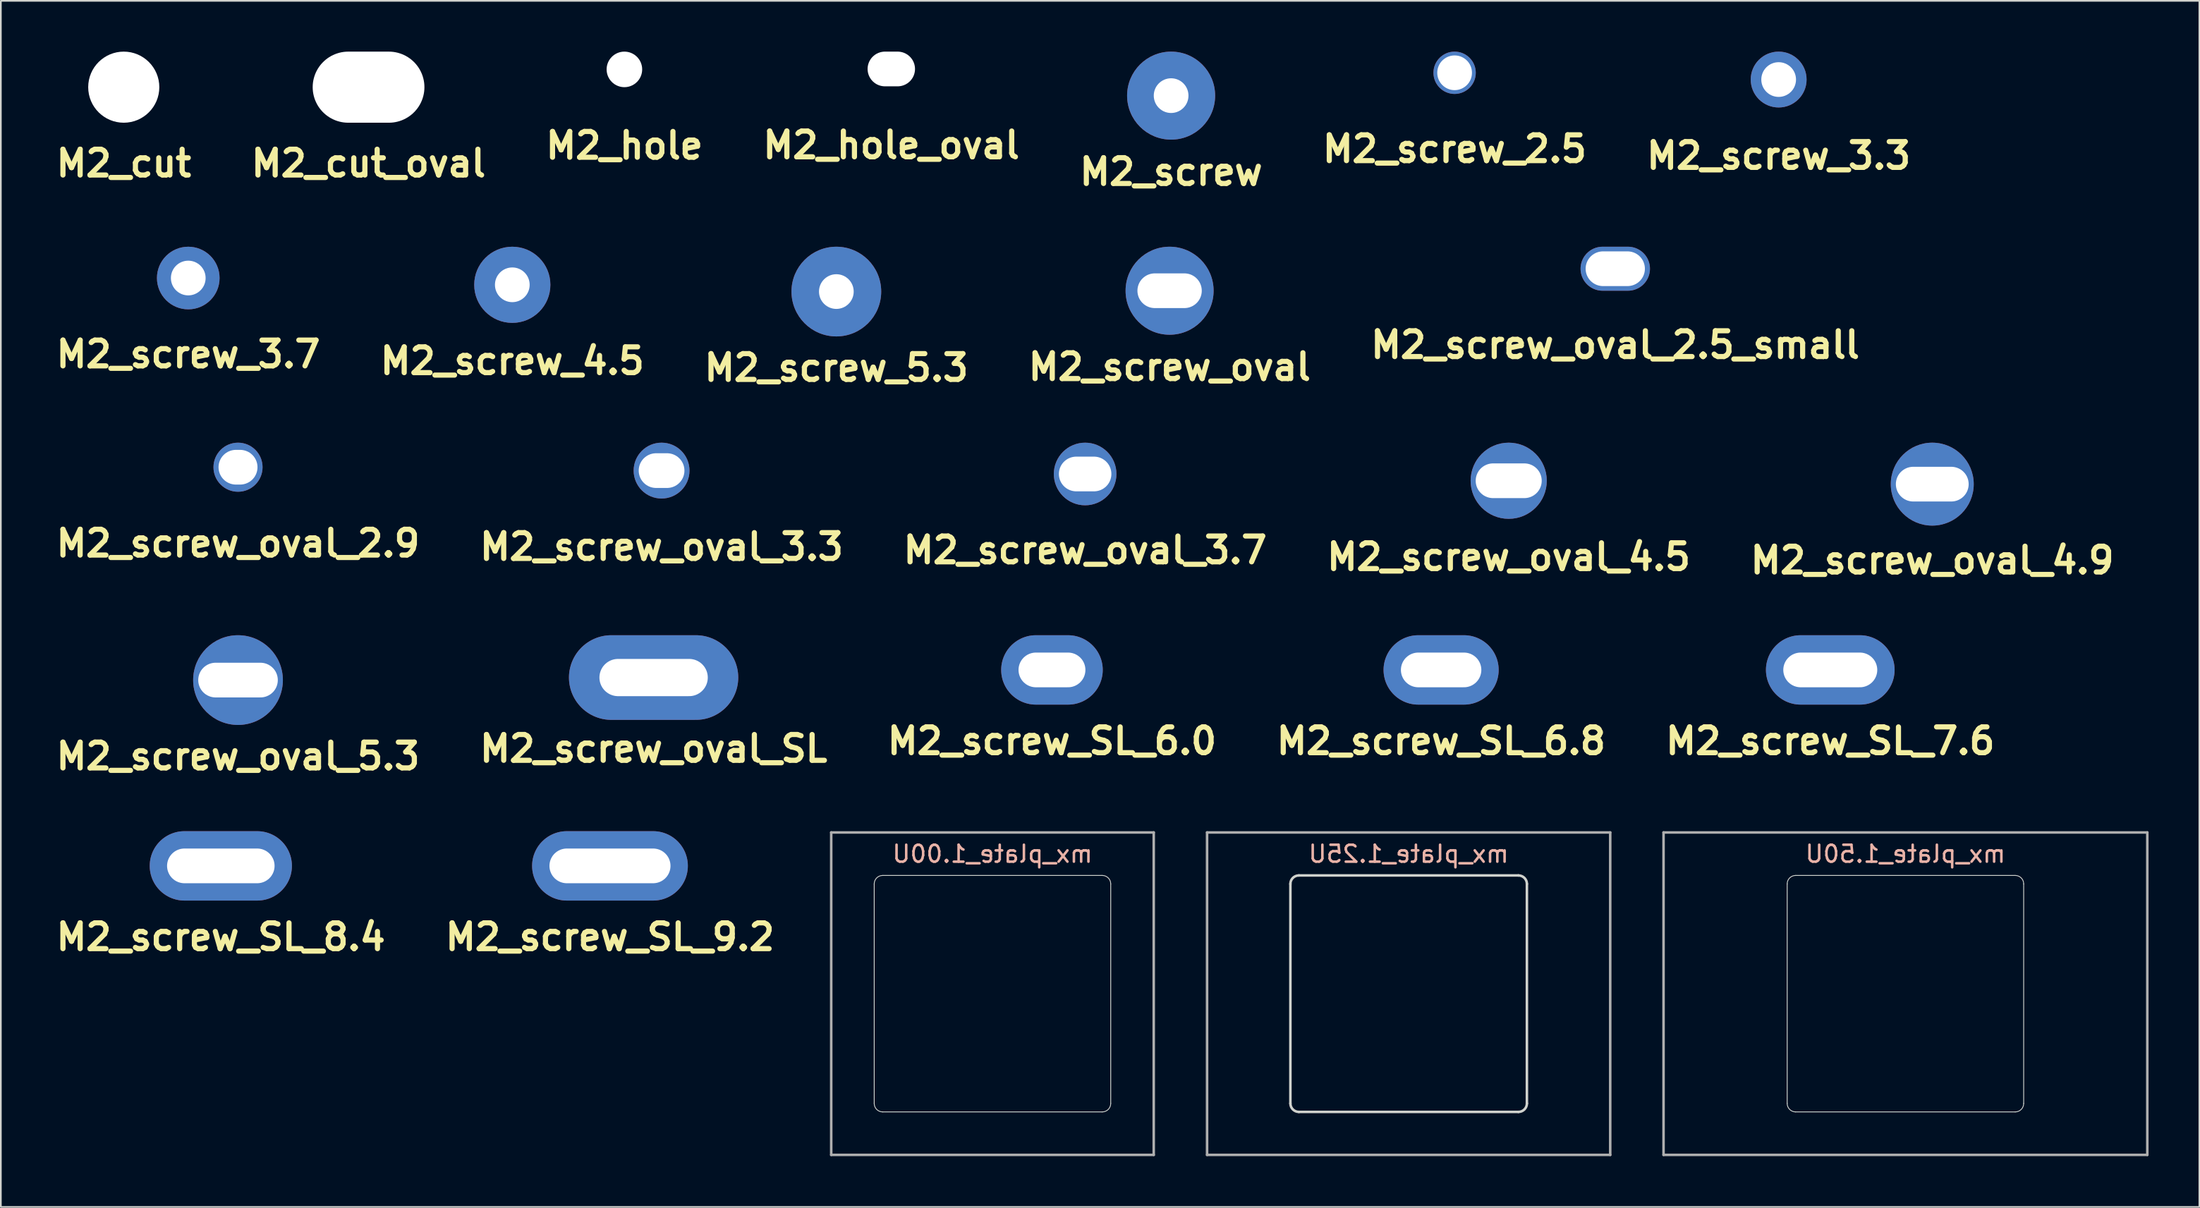
<source format=kicad_pcb>
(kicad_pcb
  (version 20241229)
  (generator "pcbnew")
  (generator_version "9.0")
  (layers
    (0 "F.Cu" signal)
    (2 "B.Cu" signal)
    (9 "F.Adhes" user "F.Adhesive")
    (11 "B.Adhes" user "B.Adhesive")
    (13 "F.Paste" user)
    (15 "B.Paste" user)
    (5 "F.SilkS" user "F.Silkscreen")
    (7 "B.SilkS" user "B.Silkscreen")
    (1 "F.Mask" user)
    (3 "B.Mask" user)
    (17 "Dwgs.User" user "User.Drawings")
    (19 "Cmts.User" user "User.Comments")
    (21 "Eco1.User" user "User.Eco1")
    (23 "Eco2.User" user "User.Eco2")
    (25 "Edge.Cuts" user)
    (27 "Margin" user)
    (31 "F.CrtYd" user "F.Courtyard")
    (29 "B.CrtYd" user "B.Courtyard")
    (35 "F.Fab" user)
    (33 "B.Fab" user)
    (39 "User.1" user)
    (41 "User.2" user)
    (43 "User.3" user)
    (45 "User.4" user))
  (footprint "M2_cut_oval"
    (layer "F.Cu")
    (at 18.719 2.1)
    (property "Reference" "M2_cut_oval" (at 0 4.5 0) (layer "F.SilkS") (effects (font (size 1.524 1.524) (thickness 0.305))))
    (attr exclude_from_pos_files exclude_from_bom)
    (pad "" np_thru_hole oval (at 0 0) (size 6.6 4.2) (drill oval 6.6 4.2) (layers "*.Cu" "*.Mask")))
  (footprint "M2_screw_oval"
    (layer "F.Cu")
    (at 66.034 14.126)
    (property "Reference" "M2_screw_oval" (at 0 4.5 0) (layer "F.SilkS") (effects (font (size 1.524 1.524) (thickness 0.305))))
    (attr exclude_from_pos_files exclude_from_bom)
    (pad "1" thru_hole circle (at 0 0) (size 5.2 5.2) (drill oval 3.8 2.05) (layers "*.Cu" "*.Mask")))
  (footprint "M2_screw_oval_4.5"
    (layer "F.Cu")
    (at 86.064 25.353)
    (property "Reference" "M2_screw_oval_4.5" (at 0 4.5 0) (layer "F.SilkS") (effects (font (size 1.524 1.524) (thickness 0.305))))
    (attr exclude_from_pos_files exclude_from_bom)
    (pad "1" thru_hole circle (at 0 0) (size 4.5 4.5) (drill oval 3.9 2.05) (layers "*.Cu" "*.Mask")))
  (footprint "M2_screw_2.5"
    (layer "F.Cu")
    (at 82.869 1.25)
    (property "Reference" "M2_screw_2.5" (at 0 4.5 0) (layer "F.SilkS") (effects (font (size 1.524 1.524) (thickness 0.305))))
    (attr exclude_from_pos_files exclude_from_bom)
    (pad "1" thru_hole circle (at 0 0) (size 2.5 2.5) (drill 2.05) (layers "*.Cu" "*.Mask")))
  (footprint "M2_screw_3.7"
    (layer "F.Cu")
    (at 8.07 13.376)
    (property "Reference" "M2_screw_3.7" (at 0 4.5 0) (layer "F.SilkS") (effects (font (size 1.524 1.524) (thickness 0.305))))
    (attr exclude_from_pos_files exclude_from_bom)
    (pad "1" thru_hole circle (at 0 0) (size 3.7 3.7) (drill 2.05) (layers "*.Cu" "*.Mask")))
  (footprint "M2_screw_oval_2.9"
    (layer "F.Cu")
    (at 11.009 24.553)
    (property "Reference" "M2_screw_oval_2.9" (at 0 4.5 0) (layer "F.SilkS") (effects (font (size 1.524 1.524) (thickness 0.305))))
    (attr exclude_from_pos_files exclude_from_bom)
    (pad "1" thru_hole circle (at 0 0) (size 2.9 2.9) (drill oval 2.3 2.05) (layers "*.Cu" "*.Mask")))
  (footprint "M2_screw_SL_8.4"
    (layer "F.Cu")
    (at 9.993 48.106)
    (property "Reference" "M2_screw_SL_8.4" (at 0 4.2 0) (layer "F.SilkS") (effects (font (size 1.524 1.524) (thickness 0.305))))
    (attr exclude_from_pos_files exclude_from_bom)
    (pad "1" thru_hole oval (at 0 0) (size 8.4 4.1) (drill oval 6.35 2.05) (layers "*.Cu" "*.Mask")))
  (footprint "M2_screw_oval_5.3"
    (layer "F.Cu")
    (at 11.009 37.129)
    (property "Reference" "M2_screw_oval_5.3" (at 0 4.5 0) (layer "F.SilkS") (effects (font (size 1.524 1.524) (thickness 0.305))))
    (attr exclude_from_pos_files exclude_from_bom)
    (pad "1" thru_hole circle (at 0 0) (size 5.3 5.3) (drill oval 4.7 2.05) (layers "*.Cu" "*.Mask")))
  (footprint "M2_screw_oval_4.9"
    (layer "F.Cu")
    (at 111.082 25.553)
    (property "Reference" "M2_screw_oval_4.9" (at 0 4.5 0) (layer "F.SilkS") (effects (font (size 1.524 1.524) (thickness 0.305))))
    (attr exclude_from_pos_files exclude_from_bom)
    (pad "1" thru_hole circle (at 0 0) (size 4.9 4.9) (drill oval 4.3 2.05) (layers "*.Cu" "*.Mask")))
  (footprint "mx_plate_1.00U"
    (layer "F.Cu")
    (at 55.572 55.656)
    (property "Reference" "mx_plate_1.00U" (at 0 -8.255 0) (layer "B.SilkS") (effects (font (size 1 1) (thickness 0.15)) (justify mirror)))
    (attr smd)
    (fp_line (start -6.985 6.485) (end -6.985 -6.485) (stroke (width 0.05) (type solid)) (layer "Edge.Cuts"))
    (fp_line (start -6.485 -6.985) (end 6.485 -6.985) (stroke (width 0.05) (type solid)) (layer "Edge.Cuts"))
    (fp_line (start 6.485 6.985) (end -6.485 6.985) (stroke (width 0.05) (type solid)) (layer "Edge.Cuts"))
    (fp_line (start 6.985 -6.485) (end 6.985 6.485) (stroke (width 0.05) (type solid)) (layer "Edge.Cuts"))
    (fp_arc (start -6.985 -6.485) (mid -6.838553 -6.838553) (end -6.485 -6.985) (stroke (width 0.05) (type solid)) (layer "Edge.Cuts"))
    (fp_arc (start -6.485 6.985) (mid -6.838553 6.838553) (end -6.985 6.485) (stroke (width 0.05) (type solid)) (layer "Edge.Cuts"))
    (fp_arc (start 6.485 -6.985) (mid 6.838553 -6.838553) (end 6.985 -6.485) (stroke (width 0.05) (type solid)) (layer "Edge.Cuts"))
    (fp_arc (start 6.985 6.485) (mid 6.838553 6.838553) (end 6.485 6.985) (stroke (width 0.05) (type solid)) (layer "Edge.Cuts"))
    (fp_line (start -9.525 -9.525) (end 9.525 -9.525) (stroke (width 0.15) (type solid)) (layer "F.Fab"))
    (fp_line (start -9.525 9.525) (end -9.525 -9.525) (stroke (width 0.15) (type solid)) (layer "F.Fab"))
    (fp_line (start 9.525 -9.525) (end 9.525 9.525) (stroke (width 0.15) (type solid)) (layer "F.Fab"))
    (fp_line (start 9.525 9.525) (end -9.525 9.525) (stroke (width 0.15) (type solid)) (layer "F.Fab")))
  (footprint "M2_hole"
    (layer "F.Cu")
    (at 33.831 1.05)
    (property "Reference" "M2_hole" (at 0 4.5 0) (layer "F.SilkS") (effects (font (size 1.524 1.524) (thickness 0.305))))
    (attr exclude_from_pos_files exclude_from_bom)
    (pad "" np_thru_hole circle (at 0 0) (size 2.1 2.1) (drill 2.1) (layers "*.Cu" "*.Mask")))
  (footprint "M2_hole_oval"
    (layer "F.Cu")
    (at 49.596 1.025)
    (property "Reference" "M2_hole_oval" (at 0 4.5 0) (layer "F.SilkS") (effects (font (size 1.524 1.524) (thickness 0.305))))
    (attr exclude_from_pos_files exclude_from_bom)
    (pad "" np_thru_hole oval (at 0 0) (size 2.8 2.05) (drill oval 2.8 2.05) (layers "*.Cu" "*.Mask")))
  (footprint "M2_screw_3.3"
    (layer "F.Cu")
    (at 102.009 1.65)
    (property "Reference" "M2_screw_3.3" (at 0 4.5 0) (layer "F.SilkS") (effects (font (size 1.524 1.524) (thickness 0.305))))
    (attr exclude_from_pos_files exclude_from_bom)
    (pad "1" thru_hole circle (at 0 0) (size 3.3 3.3) (drill 2.05) (layers "*.Cu" "*.Mask")))
  (footprint "mx_plate_1.50U"
    (layer "F.Cu")
    (at 109.497 55.656)
    (property "Reference" "mx_plate_1.50U" (at 0 -8.255 0) (layer "B.SilkS") (effects (font (size 1 1) (thickness 0.15)) (justify mirror)))
    (attr smd)
    (fp_line (start -6.985 6.485) (end -6.985 -6.485) (stroke (width 0.05) (type solid)) (layer "Edge.Cuts"))
    (fp_line (start -6.485 -6.985) (end 6.485 -6.985) (stroke (width 0.05) (type solid)) (layer "Edge.Cuts"))
    (fp_line (start 6.485 6.985) (end -6.485 6.985) (stroke (width 0.05) (type solid)) (layer "Edge.Cuts"))
    (fp_line (start 6.985 -6.485) (end 6.985 6.485) (stroke (width 0.05) (type solid)) (layer "Edge.Cuts"))
    (fp_arc (start -6.985 -6.485) (mid -6.838553 -6.838553) (end -6.485 -6.985) (stroke (width 0.05) (type solid)) (layer "Edge.Cuts"))
    (fp_arc (start -6.485 6.985) (mid -6.838553 6.838553) (end -6.985 6.485) (stroke (width 0.05) (type solid)) (layer "Edge.Cuts"))
    (fp_arc (start 6.485 -6.985) (mid 6.838553 -6.838553) (end 6.985 -6.485) (stroke (width 0.05) (type solid)) (layer "Edge.Cuts"))
    (fp_arc (start 6.985 6.485) (mid 6.838553 6.838553) (end 6.485 6.985) (stroke (width 0.05) (type solid)) (layer "Edge.Cuts"))
    (fp_line (start -14.287 -9.525) (end 14.287 -9.525) (stroke (width 0.15) (type solid)) (layer "F.Fab"))
    (fp_line (start -14.287 9.525) (end -14.287 -9.525) (stroke (width 0.15) (type solid)) (layer "F.Fab"))
    (fp_line (start 14.287 -9.525) (end 14.287 9.525) (stroke (width 0.15) (type solid)) (layer "F.Fab"))
    (fp_line (start 14.287 9.525) (end -14.287 9.525) (stroke (width 0.15) (type solid)) (layer "F.Fab")))
  (footprint "M2_screw_4.5"
    (layer "F.Cu")
    (at 27.21 13.776)
    (property "Reference" "M2_screw_4.5" (at 0 4.5 0) (layer "F.SilkS") (effects (font (size 1.524 1.524) (thickness 0.305))))
    (attr exclude_from_pos_files exclude_from_bom)
    (pad "1" thru_hole circle (at 0 0) (size 4.5 4.5) (drill 2.05) (layers "*.Cu" "*.Mask")))
  (footprint "M2_screw_oval_3.3"
    (layer "F.Cu")
    (at 36.027 24.753)
    (property "Reference" "M2_screw_oval_3.3" (at 0 4.5 0) (layer "F.SilkS") (effects (font (size 1.524 1.524) (thickness 0.305))))
    (attr exclude_from_pos_files exclude_from_bom)
    (pad "1" thru_hole circle (at 0 0) (size 3.3 3.3) (drill oval 2.7 2.05) (layers "*.Cu" "*.Mask")))
  (footprint "M2_screw_SL_7.6"
    (layer "F.Cu")
    (at 105.058 36.529)
    (property "Reference" "M2_screw_SL_7.6" (at 0 4.2 0) (layer "F.SilkS") (effects (font (size 1.524 1.524) (thickness 0.305))))
    (attr exclude_from_pos_files exclude_from_bom)
    (pad "1" thru_hole oval (at 0 0) (size 7.6 4.1) (drill oval 5.55 2.05) (layers "*.Cu" "*.Mask")))
  (footprint "M2_screw_oval_3.7"
    (layer "F.Cu")
    (at 61.045 24.953)
    (property "Reference" "M2_screw_oval_3.7" (at 0 4.5 0) (layer "F.SilkS") (effects (font (size 1.524 1.524) (thickness 0.305))))
    (attr exclude_from_pos_files exclude_from_bom)
    (pad "1" thru_hole circle (at 0 0) (size 3.7 3.7) (drill oval 3.1 2.05) (layers "*.Cu" "*.Mask")))
  (footprint "M2_cut"
    (layer "F.Cu")
    (at 4.26 2.1)
    (property "Reference" "M2_cut" (at 0 4.5 0) (layer "F.SilkS") (effects (font (size 1.524 1.524) (thickness 0.305))))
    (attr exclude_from_pos_files exclude_from_bom)
    (pad "" np_thru_hole circle (at 0 0) (size 4.2 4.2) (drill 4.2) (layers "*.Cu" "*.Mask")))
  (footprint "M2_screw_SL_6.8"
    (layer "F.Cu")
    (at 82.072 36.529)
    (property "Reference" "M2_screw_SL_6.8" (at 0 4.2 0) (layer "F.SilkS") (effects (font (size 1.524 1.524) (thickness 0.305))))
    (attr exclude_from_pos_files exclude_from_bom)
    (pad "1" thru_hole oval (at 0 0) (size 6.8 4.1) (drill oval 4.75 2.05) (layers "*.Cu" "*.Mask")))
  (footprint "M2_screw_oval_2.5_small"
    (layer "F.Cu")
    (at 92.358 12.826)
    (property "Reference" "M2_screw_oval_2.5_small" (at 0 4.5 0) (layer "F.SilkS") (effects (font (size 1.524 1.524) (thickness 0.305))))
    (attr exclude_from_pos_files exclude_from_bom)
    (pad "1" thru_hole oval (at 0 0) (size 4.1 2.6) (drill oval 3.5 2.05) (layers "*.Cu" "*.Mask")))
  (footprint "M2_screw"
    (layer "F.Cu")
    (at 66.124 2.6)
    (property "Reference" "M2_screw" (at 0 4.5 0) (layer "F.SilkS") (effects (font (size 1.524 1.524) (thickness 0.305))))
    (attr exclude_from_pos_files exclude_from_bom)
    (pad "1" thru_hole circle (at 0 0) (size 5.2 5.2) (drill 2.05) (layers "*.Cu" "*.Mask")))
  (footprint "M2_screw_SL_9.2"
    (layer "F.Cu")
    (at 32.979 48.106)
    (property "Reference" "M2_screw_SL_9.2" (at 0 4.2 0) (layer "F.SilkS") (effects (font (size 1.524 1.524) (thickness 0.305))))
    (attr exclude_from_pos_files exclude_from_bom)
    (pad "1" thru_hole oval (at 0 0) (size 9.2 4.1) (drill oval 7.15 2.05) (layers "*.Cu" "*.Mask")))
  (footprint "M2_screw_SL_6.0"
    (layer "F.Cu")
    (at 59.086 36.529)
    (property "Reference" "M2_screw_SL_6.0" (at 0 4.2 0) (layer "F.SilkS") (effects (font (size 1.524 1.524) (thickness 0.305))))
    (attr exclude_from_pos_files exclude_from_bom)
    (pad "1" thru_hole oval (at 0 0) (size 6 4.1) (drill oval 3.95 2.05) (layers "*.Cu" "*.Mask")))
  (footprint "M2_screw_oval_SL"
    (layer "F.Cu")
    (at 35.556 36.979)
    (property "Reference" "M2_screw_oval_SL" (at 0 4.2 0) (layer "F.SilkS") (effects (font (size 1.524 1.524) (thickness 0.305))))
    (attr exclude_from_pos_files exclude_from_bom)
    (pad "1" thru_hole oval (at 0 0) (size 10 5) (drill oval 6.4 2.2) (layers "*.Cu" "*.Mask")))
  (footprint "mx_plate_1.25U"
    (layer "F.Cu")
    (at 80.154 55.656)
    (property "Reference" "mx_plate_1.25U" (at 0 -8.255 0) (layer "B.SilkS") (effects (font (size 1 1) (thickness 0.15)) (justify mirror)))
    (attr smd)
    (fp_line (start -6.985 6.485) (end -6.985 -6.485) (stroke (width 0.15) (type solid)) (layer "Edge.Cuts"))
    (fp_line (start -6.485 -6.985) (end 6.485 -6.985) (stroke (width 0.15) (type solid)) (layer "Edge.Cuts"))
    (fp_line (start 6.485 6.985) (end -6.485 6.985) (stroke (width 0.15) (type solid)) (layer "Edge.Cuts"))
    (fp_line (start 6.985 -6.485) (end 6.985 6.485) (stroke (width 0.15) (type solid)) (layer "Edge.Cuts"))
    (fp_arc (start -6.985 -6.485) (mid -6.838553 -6.838553) (end -6.485 -6.985) (stroke (width 0.15) (type solid)) (layer "Edge.Cuts"))
    (fp_arc (start -6.485 6.985) (mid -6.838553 6.838553) (end -6.985 6.485) (stroke (width 0.15) (type solid)) (layer "Edge.Cuts"))
    (fp_arc (start 6.485 -6.985) (mid 6.838553 -6.838553) (end 6.985 -6.485) (stroke (width 0.15) (type solid)) (layer "Edge.Cuts"))
    (fp_arc (start 6.985 6.485) (mid 6.838553 6.838553) (end 6.485 6.985) (stroke (width 0.15) (type solid)) (layer "Edge.Cuts"))
    (fp_line (start -11.906 -9.525) (end 11.906 -9.525) (stroke (width 0.15) (type solid)) (layer "F.Fab"))
    (fp_line (start -11.906 9.525) (end -11.906 -9.525) (stroke (width 0.15) (type solid)) (layer "F.Fab"))
    (fp_line (start 11.906 -9.525) (end 11.906 9.525) (stroke (width 0.15) (type solid)) (layer "F.Fab"))
    (fp_line (start 11.906 9.525) (end -11.906 9.525) (stroke (width 0.15) (type solid)) (layer "F.Fab")))
  (footprint "M2_screw_5.3"
    (layer "F.Cu")
    (at 46.35 14.176)
    (property "Reference" "M2_screw_5.3" (at 0 4.5 0) (layer "F.SilkS") (effects (font (size 1.524 1.524) (thickness 0.305))))
    (attr exclude_from_pos_files exclude_from_bom)
    (pad "1" thru_hole circle (at 0 0) (size 5.3 5.3) (drill 2.05) (layers "*.Cu" "*.Mask")))
  (gr_rect
    (start -3 -3)
    (end 126.86 68.256)
    (stroke (width 0.1) (type default))
    (fill no)
    (layer "Edge.Cuts")))
</source>
